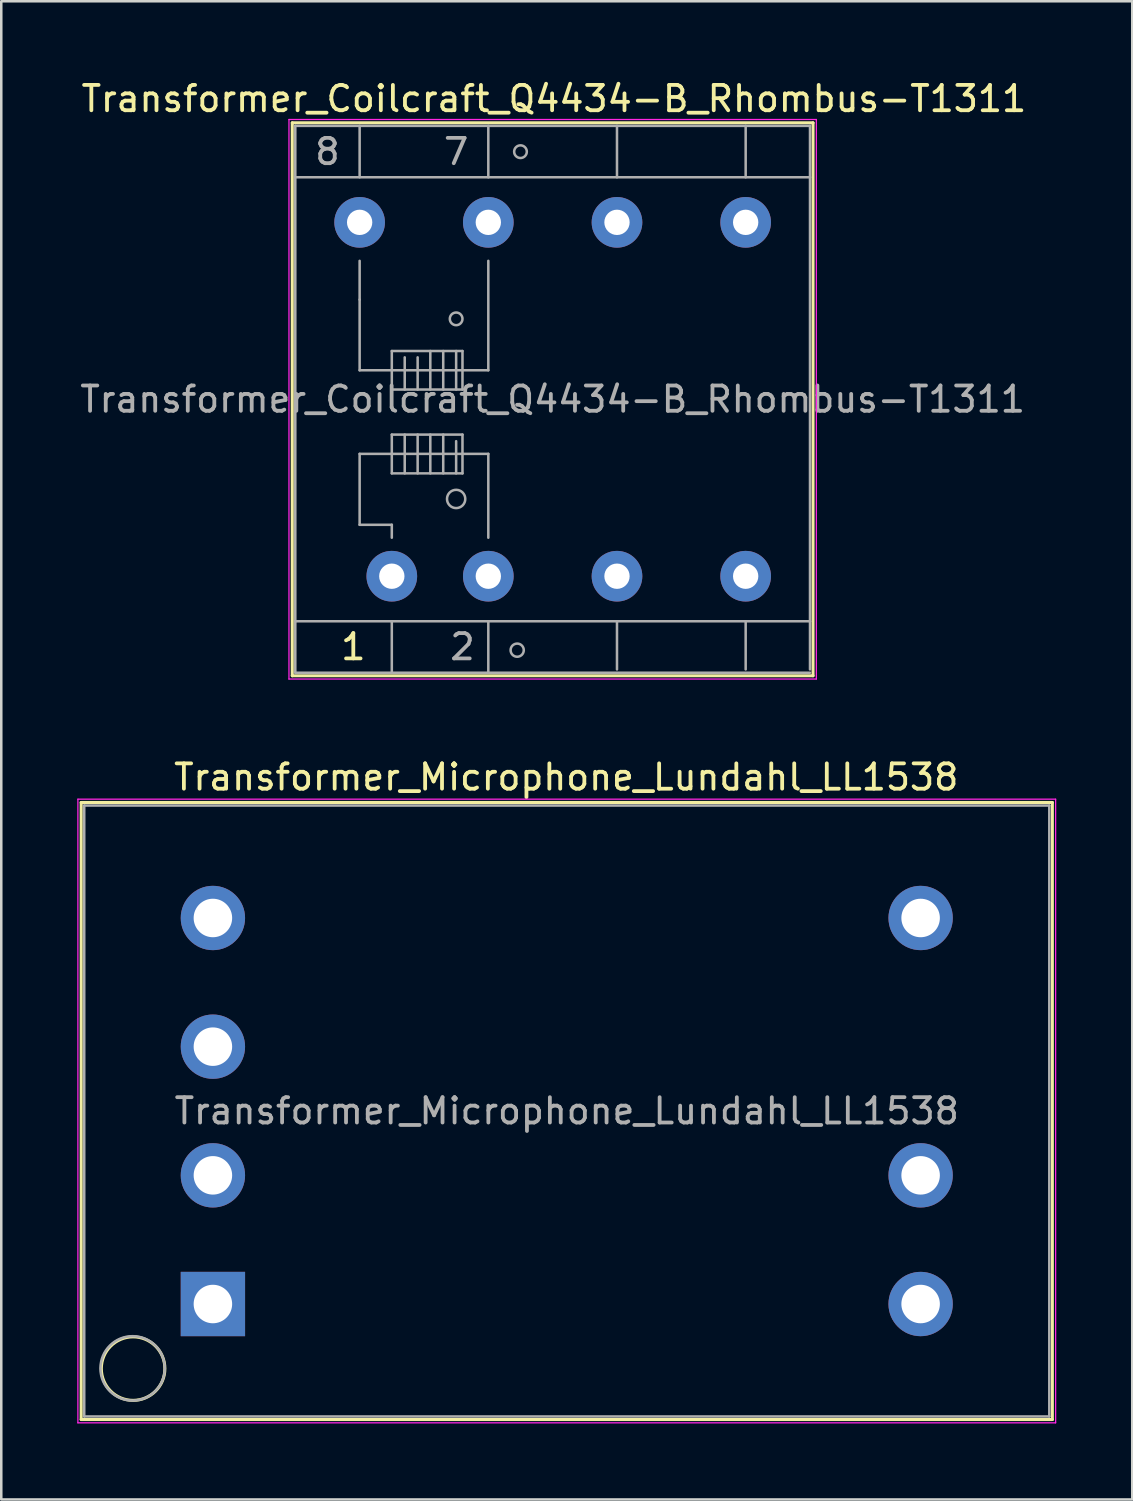
<source format=kicad_pcb>
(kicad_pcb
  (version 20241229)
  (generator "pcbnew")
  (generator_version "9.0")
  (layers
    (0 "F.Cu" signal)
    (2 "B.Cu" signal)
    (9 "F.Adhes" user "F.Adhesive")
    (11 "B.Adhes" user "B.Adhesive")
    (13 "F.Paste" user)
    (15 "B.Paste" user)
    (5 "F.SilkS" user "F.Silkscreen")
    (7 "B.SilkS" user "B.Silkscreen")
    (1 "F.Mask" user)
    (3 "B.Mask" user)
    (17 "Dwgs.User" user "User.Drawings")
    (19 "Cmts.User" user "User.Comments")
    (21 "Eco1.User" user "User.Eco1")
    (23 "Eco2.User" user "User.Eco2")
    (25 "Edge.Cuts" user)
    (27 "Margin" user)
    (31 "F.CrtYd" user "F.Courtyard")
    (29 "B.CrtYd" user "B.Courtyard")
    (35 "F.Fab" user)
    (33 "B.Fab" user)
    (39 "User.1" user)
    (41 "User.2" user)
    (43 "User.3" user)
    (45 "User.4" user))
  (footprint "Transformer_Coilcraft_Q4434-B_Rhombus-T1311"
    (layer "F.Cu")
    (at 12.418 19.698)
    (property "Reference" "Transformer_Coilcraft_Q4434-B_Rhombus-T1311" (at 6.4 -18.85 0) (layer "F.SilkS") (effects (font (size 1 1) (thickness 0.15))))
    (attr through_hole)
    (fp_line (start -3.93 -17.9) (end -3.93 3.93) (stroke (width 0.12) (type solid)) (layer "F.SilkS"))
    (fp_line (start -3.93 -17.9) (end 16.63 -17.9) (stroke (width 0.12) (type solid)) (layer "F.SilkS"))
    (fp_line (start 16.63 3.93) (end -3.93 3.93) (stroke (width 0.12) (type solid)) (layer "F.SilkS"))
    (fp_line (start 16.63 3.93) (end 16.63 -17.9) (stroke (width 0.12) (type solid)) (layer "F.SilkS"))
    (fp_line (start -4.06 -18.03) (end -4.06 4.06) (stroke (width 0.05) (type solid)) (layer "F.CrtYd"))
    (fp_line (start -4.06 -18.03) (end 16.76 -18.03) (stroke (width 0.05) (type solid)) (layer "F.CrtYd"))
    (fp_line (start 16.76 4.06) (end -4.06 4.06) (stroke (width 0.05) (type solid)) (layer "F.CrtYd"))
    (fp_line (start 16.76 4.06) (end 16.76 -18.03) (stroke (width 0.05) (type solid)) (layer "F.CrtYd"))
    (fp_line (start -3.81 -17.78) (end -3.81 -15.75) (stroke (width 0.1) (type solid)) (layer "F.Fab"))
    (fp_line (start -3.81 -15.75) (end -3.81 1.78) (stroke (width 0.1) (type solid)) (layer "F.Fab"))
    (fp_line (start -3.81 1.78) (end -3.81 3.81) (stroke (width 0.1) (type solid)) (layer "F.Fab"))
    (fp_line (start -3.81 1.78) (end 16.51 1.78) (stroke (width 0.1) (type solid)) (layer "F.Fab"))
    (fp_line (start -3.81 3.81) (end 16.51 3.81) (stroke (width 0.1) (type solid)) (layer "F.Fab"))
    (fp_line (start -1.27 -15.75) (end -1.27 -17.78) (stroke (width 0.1) (type solid)) (layer "F.Fab"))
    (fp_line (start -1.27 -12.45) (end -1.27 -10.92) (stroke (width 0.1) (type solid)) (layer "F.Fab"))
    (fp_line (start -1.27 -10.92) (end -1.27 -8.13) (stroke (width 0.1) (type solid)) (layer "F.Fab"))
    (fp_line (start -1.27 -8.13) (end 3.81 -8.13) (stroke (width 0.1) (type solid)) (layer "F.Fab"))
    (fp_line (start -1.27 -4.83) (end -1.27 -2.03) (stroke (width 0.1) (type solid)) (layer "F.Fab"))
    (fp_line (start -1.27 -2.03) (end 0 -2.03) (stroke (width 0.1) (type solid)) (layer "F.Fab"))
    (fp_line (start 0 -8.89) (end 2.79 -8.89) (stroke (width 0.1) (type solid)) (layer "F.Fab"))
    (fp_line (start 0 -7.37) (end 0 -8.89) (stroke (width 0.1) (type solid)) (layer "F.Fab"))
    (fp_line (start 0 -5.59) (end 0 -4.06) (stroke (width 0.1) (type solid)) (layer "F.Fab"))
    (fp_line (start 0 -4.83) (end -1.27 -4.83) (stroke (width 0.1) (type solid)) (layer "F.Fab"))
    (fp_line (start 0 -4.83) (end 3.81 -4.83) (stroke (width 0.1) (type solid)) (layer "F.Fab"))
    (fp_line (start 0 -4.06) (end 2.79 -4.06) (stroke (width 0.1) (type solid)) (layer "F.Fab"))
    (fp_line (start 0 -2.03) (end 0 -1.52) (stroke (width 0.1) (type solid)) (layer "F.Fab"))
    (fp_line (start 0 1.78) (end 0 3.81) (stroke (width 0.1) (type solid)) (layer "F.Fab"))
    (fp_line (start 0.51 -8.64) (end 0.51 -7.37) (stroke (width 0.1) (type solid)) (layer "F.Fab"))
    (fp_line (start 0.51 -5.59) (end 0.51 -4.06) (stroke (width 0.1) (type solid)) (layer "F.Fab"))
    (fp_line (start 1.02 -8.64) (end 1.02 -7.37) (stroke (width 0.1) (type solid)) (layer "F.Fab"))
    (fp_line (start 1.02 -5.59) (end 1.02 -4.06) (stroke (width 0.1) (type solid)) (layer "F.Fab"))
    (fp_line (start 1.52 -8.89) (end 1.52 -7.37) (stroke (width 0.1) (type solid)) (layer "F.Fab"))
    (fp_line (start 1.52 -5.59) (end 1.52 -4.06) (stroke (width 0.1) (type solid)) (layer "F.Fab"))
    (fp_line (start 2.03 -8.89) (end 2.03 -7.37) (stroke (width 0.1) (type solid)) (layer "F.Fab"))
    (fp_line (start 2.03 -5.59) (end 2.03 -4.06) (stroke (width 0.1) (type solid)) (layer "F.Fab"))
    (fp_line (start 2.54 -8.89) (end 2.54 -7.37) (stroke (width 0.1) (type solid)) (layer "F.Fab"))
    (fp_line (start 2.54 -5.33) (end 2.54 -4.06) (stroke (width 0.1) (type solid)) (layer "F.Fab"))
    (fp_line (start 2.79 -8.89) (end 2.79 -7.37) (stroke (width 0.1) (type solid)) (layer "F.Fab"))
    (fp_line (start 2.79 -7.37) (end 0 -7.37) (stroke (width 0.1) (type solid)) (layer "F.Fab"))
    (fp_line (start 2.79 -5.59) (end 0 -5.59) (stroke (width 0.1) (type solid)) (layer "F.Fab"))
    (fp_line (start 2.79 -4.06) (end 2.79 -5.59) (stroke (width 0.1) (type solid)) (layer "F.Fab"))
    (fp_line (start 3.81 -15.75) (end 3.81 -17.78) (stroke (width 0.1) (type solid)) (layer "F.Fab"))
    (fp_line (start 3.81 -8.13) (end 3.81 -12.45) (stroke (width 0.1) (type solid)) (layer "F.Fab"))
    (fp_line (start 3.81 -4.83) (end 3.81 -1.52) (stroke (width 0.1) (type solid)) (layer "F.Fab"))
    (fp_line (start 3.81 1.78) (end 3.81 3.81) (stroke (width 0.1) (type solid)) (layer "F.Fab"))
    (fp_line (start 8.89 -15.75) (end 8.89 -17.78) (stroke (width 0.1) (type solid)) (layer "F.Fab"))
    (fp_line (start 8.89 1.78) (end 8.89 3.68) (stroke (width 0.1) (type solid)) (layer "F.Fab"))
    (fp_line (start 13.97 -15.75) (end 13.97 -17.78) (stroke (width 0.1) (type solid)) (layer "F.Fab"))
    (fp_line (start 13.97 1.78) (end 13.97 3.68) (stroke (width 0.1) (type solid)) (layer "F.Fab"))
    (fp_line (start 16.51 -17.78) (end -3.81 -17.78) (stroke (width 0.1) (type solid)) (layer "F.Fab"))
    (fp_line (start 16.51 -17.78) (end 16.51 -15.75) (stroke (width 0.1) (type solid)) (layer "F.Fab"))
    (fp_line (start 16.51 -15.75) (end -3.81 -15.75) (stroke (width 0.1) (type solid)) (layer "F.Fab"))
    (fp_line (start 16.51 1.78) (end 16.51 -15.75) (stroke (width 0.1) (type solid)) (layer "F.Fab"))
    (fp_line (start 16.51 1.78) (end 16.51 3.68) (stroke (width 0.1) (type solid)) (layer "F.Fab"))
    (fp_circle (center 2.54 -10.16) (end 2.54 -9.91) (stroke (width 0.1) (type solid)) (fill no) (layer "F.Fab"))
    (fp_circle (center 2.54 -3.05) (end 2.79 -2.79) (stroke (width 0.1) (type solid)) (fill no) (layer "F.Fab"))
    (fp_circle (center 4.95 2.92) (end 4.95 3.18) (stroke (width 0.1) (type solid)) (fill no) (layer "F.Fab"))
    (fp_circle (center 5.08 -16.76) (end 5.08 -16.51) (stroke (width 0.1) (type solid)) (fill no) (layer "F.Fab"))
    (fp_text user "1" (at -1.52 2.79 0) (layer "F.SilkS") (effects (font (size 1 1) (thickness 0.15))))
    (fp_text user "2" (at 2.79 2.79 0) (layer "F.Fab") (effects (font (size 1 1) (thickness 0.15))))
    (fp_text user "8" (at -2.54 -16.76 0) (layer "F.Fab") (effects (font (size 1 1) (thickness 0.15))))
    (fp_text user "7" (at 2.54 -16.76 0) (layer "F.Fab") (effects (font (size 1 1) (thickness 0.15))))
    (fp_text user "${REFERENCE}" (at 6.35 -6.985 0) (layer "F.Fab") (effects (font (size 1 1) (thickness 0.15))))
    (pad "1" thru_hole circle (at 0 0) (size 2 2) (drill 1) (layers "*.Cu" "*.Mask"))
    (pad "2" thru_hole circle (at 3.81 0) (size 2 2) (drill 1) (layers "*.Cu" "*.Mask"))
    (pad "3" thru_hole circle (at 8.89 0) (size 2 2) (drill 1) (layers "*.Cu" "*.Mask"))
    (pad "4" thru_hole circle (at 13.97 0) (size 2 2) (drill 1) (layers "*.Cu" "*.Mask"))
    (pad "5" thru_hole circle (at 13.97 -13.97) (size 2 2) (drill 1) (layers "*.Cu" "*.Mask"))
    (pad "6" thru_hole circle (at 8.89 -13.97) (size 2 2) (drill 1) (layers "*.Cu" "*.Mask"))
    (pad "7" thru_hole circle (at 3.81 -13.97) (size 2 2) (drill 1) (layers "*.Cu" "*.Mask"))
    (pad "8" thru_hole circle (at -1.27 -13.97) (size 2 2) (drill 1) (layers "*.Cu" "*.Mask")))
  (footprint "Transformer_Microphone_Lundahl_LL1538"
    (layer "F.Cu")
    (at 5.355 48.431)
    (property "Reference" "Transformer_Microphone_Lundahl_LL1538" (at 13.95 -20.8 0) (layer "F.SilkS") (effects (font (size 1 1) (thickness 0.15))))
    (attr through_hole)
    (fp_line (start -5.2 -19.8) (end -5.2 4.56) (stroke (width 0.12) (type solid)) (layer "F.SilkS"))
    (fp_line (start -5.2 -19.8) (end 33.14 -19.8) (stroke (width 0.12) (type solid)) (layer "F.SilkS"))
    (fp_line (start 33.14 4.56) (end -5.2 4.56) (stroke (width 0.12) (type solid)) (layer "F.SilkS"))
    (fp_line (start 33.14 4.56) (end 33.14 -19.8) (stroke (width 0.12) (type solid)) (layer "F.SilkS"))
    (fp_circle (center -3.15 2.55) (end -2 3.05) (stroke (width 0.12) (type solid)) (fill no) (layer "F.SilkS"))
    (fp_line (start -5.33 -19.93) (end -5.33 4.69) (stroke (width 0.05) (type solid)) (layer "F.CrtYd"))
    (fp_line (start -5.33 -19.93) (end 33.27 -19.93) (stroke (width 0.05) (type solid)) (layer "F.CrtYd"))
    (fp_line (start 33.27 4.69) (end -5.33 4.69) (stroke (width 0.05) (type solid)) (layer "F.CrtYd"))
    (fp_line (start 33.27 4.69) (end 33.27 -19.93) (stroke (width 0.05) (type solid)) (layer "F.CrtYd"))
    (fp_line (start -5.08 -19.68) (end 33.02 -19.68) (stroke (width 0.1) (type solid)) (layer "F.Fab"))
    (fp_line (start -5.08 4.44) (end -5.08 -19.68) (stroke (width 0.1) (type solid)) (layer "F.Fab"))
    (fp_line (start 33.02 -19.68) (end 33.02 4.44) (stroke (width 0.1) (type solid)) (layer "F.Fab"))
    (fp_line (start 33.02 4.44) (end -5.08 4.44) (stroke (width 0.1) (type solid)) (layer "F.Fab"))
    (fp_circle (center -3.17 2.54) (end -3.17 1.27) (stroke (width 0.1) (type solid)) (fill no) (layer "F.Fab"))
    (fp_text user "${REFERENCE}" (at 13.97 -7.62 0) (layer "F.Fab") (effects (font (size 1 1) (thickness 0.15))))
    (pad "1" thru_hole rect (at 0 0) (size 2.54 2.54) (drill 1.52) (layers "*.Cu" "*.Mask"))
    (pad "2" thru_hole circle (at 0 -5.08) (size 2.54 2.54) (drill 1.52) (layers "*.Cu" "*.Mask"))
    (pad "3" thru_hole circle (at 0 -10.16) (size 2.54 2.54) (drill 1.52) (layers "*.Cu" "*.Mask"))
    (pad "4" thru_hole circle (at 0 -15.24) (size 2.54 2.54) (drill 1.52) (layers "*.Cu" "*.Mask"))
    (pad "5" thru_hole circle (at 27.94 0) (size 2.54 2.54) (drill 1.52) (layers "*.Cu" "*.Mask"))
    (pad "6" thru_hole circle (at 27.94 -5.08) (size 2.54 2.54) (drill 1.52) (layers "*.Cu" "*.Mask"))
    (pad "8" thru_hole circle (at 27.94 -15.24) (size 2.54 2.54) (drill 1.52) (layers "*.Cu" "*.Mask")))
  (gr_rect
    (start -3 -3)
    (end 41.65 56.147)
    (stroke (width 0.1) (type default))
    (fill no)
    (layer "Edge.Cuts")))
</source>
